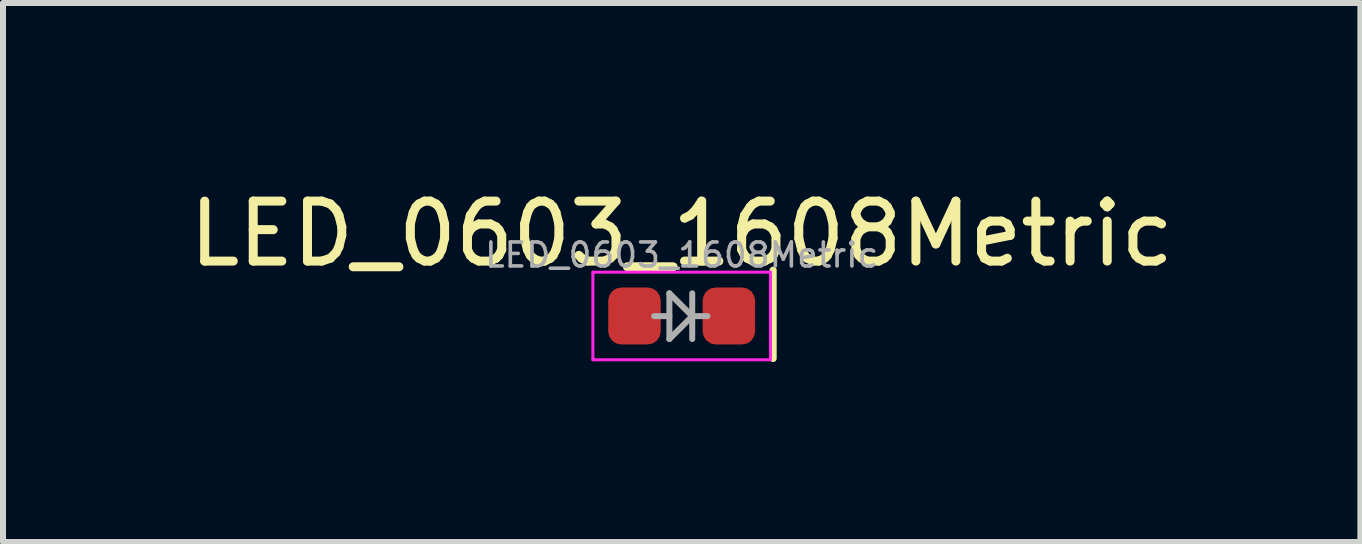
<source format=kicad_pcb>
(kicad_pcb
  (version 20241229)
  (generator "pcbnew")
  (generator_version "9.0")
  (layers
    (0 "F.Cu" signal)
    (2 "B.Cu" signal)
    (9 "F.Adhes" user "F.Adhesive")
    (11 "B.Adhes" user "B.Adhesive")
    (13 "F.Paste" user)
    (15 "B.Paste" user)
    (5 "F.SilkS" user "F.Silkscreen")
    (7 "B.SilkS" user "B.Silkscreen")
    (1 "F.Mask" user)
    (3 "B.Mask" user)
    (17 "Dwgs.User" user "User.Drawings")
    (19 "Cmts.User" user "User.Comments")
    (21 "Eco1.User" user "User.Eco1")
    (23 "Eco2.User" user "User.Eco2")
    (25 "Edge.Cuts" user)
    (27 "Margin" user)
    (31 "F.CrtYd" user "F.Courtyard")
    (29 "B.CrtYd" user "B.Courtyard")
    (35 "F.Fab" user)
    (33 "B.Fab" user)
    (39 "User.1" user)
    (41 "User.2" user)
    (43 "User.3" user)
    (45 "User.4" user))
  (footprint "LED_0603_1608Metric"
    (layer "F.Cu")
    (at 8.315 2.218)
    (property "Reference" "LED_0603_1608Metric" (at 0 -1.37 0) (layer "F.SilkS") (effects (font (size 1 1) (thickness 0.15))))
    (attr smd)
    (fp_line (start 1.524 -0.762) (end 1.524 0.708) (stroke (width 0.12) (type solid)) (layer "F.SilkS"))
    (fp_line (start -1.48 -0.73) (end 1.48 -0.73) (stroke (width 0.05) (type solid)) (layer "F.CrtYd"))
    (fp_line (start -1.48 0.73) (end -1.48 -0.73) (stroke (width 0.05) (type solid)) (layer "F.CrtYd"))
    (fp_line (start 1.48 -0.73) (end 1.48 0.73) (stroke (width 0.05) (type solid)) (layer "F.CrtYd"))
    (fp_line (start 1.48 0.73) (end -1.48 0.73) (stroke (width 0.05) (type solid)) (layer "F.CrtYd"))
    (fp_line (start -0.459 0.003) (end -0.205 0.003) (stroke (width 0.1) (type solid)) (layer "F.Fab"))
    (fp_line (start -0.205 -0.378) (end -0.205 0.384) (stroke (width 0.1) (type solid)) (layer "F.Fab"))
    (fp_line (start -0.205 0.384) (end 0.176 0.003) (stroke (width 0.1) (type solid)) (layer "F.Fab"))
    (fp_line (start 0.176 0.003) (end -0.205 -0.378) (stroke (width 0.1) (type solid)) (layer "F.Fab"))
    (fp_line (start 0.176 0.003) (end 0.43 0.003) (stroke (width 0.1) (type solid)) (layer "F.Fab"))
    (fp_line (start 0.176 0.384) (end 0.176 -0.378) (stroke (width 0.1) (type solid)) (layer "F.Fab"))
    (fp_text user "${REFERENCE}" (at 0 -1.016 0) (layer "F.Fab") (effects (font (size 0.4 0.4) (thickness 0.06))))
    (pad "1" smd roundrect (at -0.787 0) (size 0.875 0.95) (layers "F.Cu" "F.Mask" "F.Paste") (roundrect_rratio 0.25))
    (pad "2" smd roundrect (at 0.787 0) (size 0.875 0.95) (layers "F.Cu" "F.Mask" "F.Paste") (roundrect_rratio 0.25)))
  (gr_rect
    (start -3 -3)
    (end 19.631 5.986)
    (stroke (width 0.1) (type default))
    (fill no)
    (layer "Edge.Cuts")))
</source>
